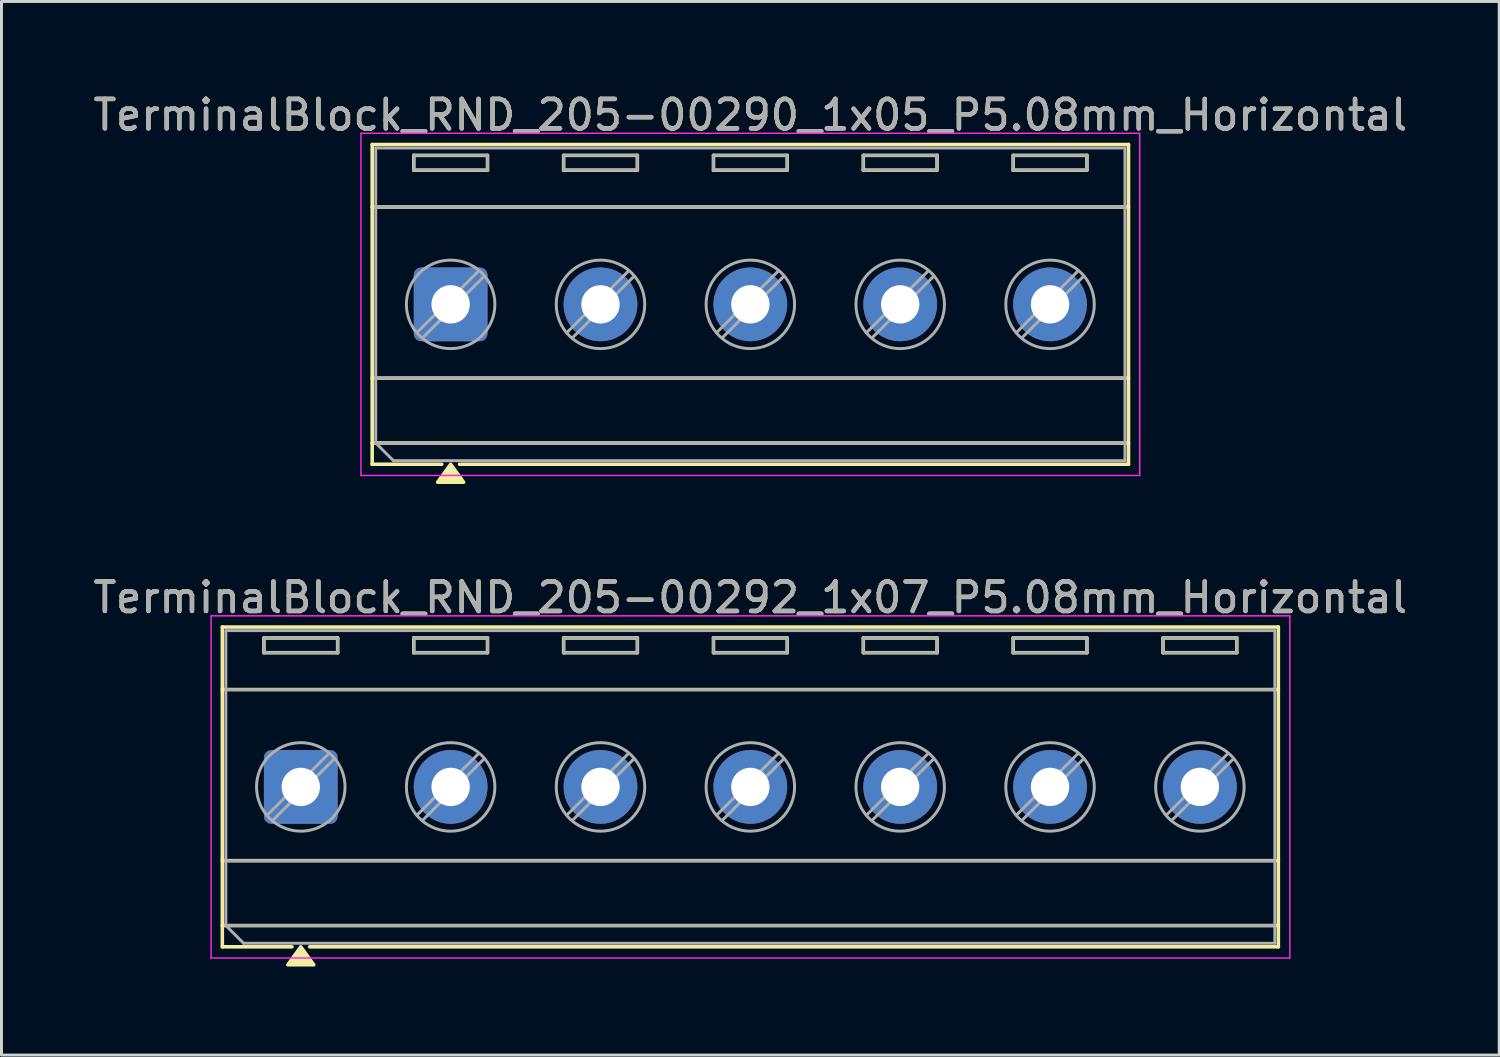
<source format=kicad_pcb>
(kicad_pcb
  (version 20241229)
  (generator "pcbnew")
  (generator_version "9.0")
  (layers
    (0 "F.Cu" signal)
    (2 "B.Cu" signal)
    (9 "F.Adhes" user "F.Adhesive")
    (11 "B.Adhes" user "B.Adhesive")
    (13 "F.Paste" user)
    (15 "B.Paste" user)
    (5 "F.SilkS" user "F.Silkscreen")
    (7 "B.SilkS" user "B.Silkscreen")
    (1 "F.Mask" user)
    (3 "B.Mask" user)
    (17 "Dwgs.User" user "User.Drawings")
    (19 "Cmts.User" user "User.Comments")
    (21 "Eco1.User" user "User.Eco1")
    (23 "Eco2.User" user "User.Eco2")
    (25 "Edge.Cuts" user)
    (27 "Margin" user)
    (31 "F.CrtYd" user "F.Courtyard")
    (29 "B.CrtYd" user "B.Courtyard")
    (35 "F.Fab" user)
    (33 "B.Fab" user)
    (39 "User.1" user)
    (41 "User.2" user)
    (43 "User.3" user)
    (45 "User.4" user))
  (footprint "TerminalBlock_RND_205-00292_1x07_P5.08mm_Horizontal"
    (layer "F.Cu")
    (at 7.147 23.627)
    (property "Reference" "TerminalBlock_RND_205-00292_1x07_P5.08mm_Horizontal" (at 15.24 -6.42 0) (layer "F.SilkS") (effects (font (size 1 1) (thickness 0.15))))
    (attr through_hole)
    (fp_line (start -2.66 -5.42) (end -2.66 5.42) (stroke (width 0.12) (type solid)) (layer "F.SilkS"))
    (fp_line (start -2.66 -5.42) (end 33.14 -5.42) (stroke (width 0.12) (type solid)) (layer "F.SilkS"))
    (fp_line (start -2.66 -3.3) (end 33.14 -3.3) (stroke (width 0.12) (type solid)) (layer "F.SilkS"))
    (fp_line (start -2.66 2.5) (end 33.14 2.5) (stroke (width 0.12) (type solid)) (layer "F.SilkS"))
    (fp_line (start -2.66 4.7) (end 33.14 4.7) (stroke (width 0.12) (type solid)) (layer "F.SilkS"))
    (fp_line (start -2.66 5.42) (end -0.3 5.42) (stroke (width 0.12) (type solid)) (layer "F.SilkS"))
    (fp_line (start -1.25 -5.05) (end -1.25 -4.55) (stroke (width 0.12) (type solid)) (layer "F.SilkS"))
    (fp_line (start -1.25 -5.05) (end 1.25 -5.05) (stroke (width 0.12) (type solid)) (layer "F.SilkS"))
    (fp_line (start -1.25 -4.55) (end 1.25 -4.55) (stroke (width 0.12) (type solid)) (layer "F.SilkS"))
    (fp_line (start 0.3 5.42) (end 33.14 5.42) (stroke (width 0.12) (type solid)) (layer "F.SilkS"))
    (fp_line (start 1.25 -5.05) (end 1.25 -4.55) (stroke (width 0.12) (type solid)) (layer "F.SilkS"))
    (fp_line (start 3.83 -5.05) (end 3.83 -4.55) (stroke (width 0.12) (type solid)) (layer "F.SilkS"))
    (fp_line (start 3.83 -5.05) (end 6.33 -5.05) (stroke (width 0.12) (type solid)) (layer "F.SilkS"))
    (fp_line (start 3.83 -4.55) (end 6.33 -4.55) (stroke (width 0.12) (type solid)) (layer "F.SilkS"))
    (fp_line (start 6.33 -5.05) (end 6.33 -4.55) (stroke (width 0.12) (type solid)) (layer "F.SilkS"))
    (fp_line (start 8.91 -5.05) (end 8.91 -4.55) (stroke (width 0.12) (type solid)) (layer "F.SilkS"))
    (fp_line (start 8.91 -5.05) (end 11.41 -5.05) (stroke (width 0.12) (type solid)) (layer "F.SilkS"))
    (fp_line (start 8.91 -4.55) (end 11.41 -4.55) (stroke (width 0.12) (type solid)) (layer "F.SilkS"))
    (fp_line (start 11.41 -5.05) (end 11.41 -4.55) (stroke (width 0.12) (type solid)) (layer "F.SilkS"))
    (fp_line (start 13.99 -5.05) (end 13.99 -4.55) (stroke (width 0.12) (type solid)) (layer "F.SilkS"))
    (fp_line (start 13.99 -5.05) (end 16.49 -5.05) (stroke (width 0.12) (type solid)) (layer "F.SilkS"))
    (fp_line (start 13.99 -4.55) (end 16.49 -4.55) (stroke (width 0.12) (type solid)) (layer "F.SilkS"))
    (fp_line (start 16.49 -5.05) (end 16.49 -4.55) (stroke (width 0.12) (type solid)) (layer "F.SilkS"))
    (fp_line (start 19.07 -5.05) (end 19.07 -4.55) (stroke (width 0.12) (type solid)) (layer "F.SilkS"))
    (fp_line (start 19.07 -5.05) (end 21.57 -5.05) (stroke (width 0.12) (type solid)) (layer "F.SilkS"))
    (fp_line (start 19.07 -4.55) (end 21.57 -4.55) (stroke (width 0.12) (type solid)) (layer "F.SilkS"))
    (fp_line (start 21.57 -5.05) (end 21.57 -4.55) (stroke (width 0.12) (type solid)) (layer "F.SilkS"))
    (fp_line (start 24.15 -5.05) (end 24.15 -4.55) (stroke (width 0.12) (type solid)) (layer "F.SilkS"))
    (fp_line (start 24.15 -5.05) (end 26.65 -5.05) (stroke (width 0.12) (type solid)) (layer "F.SilkS"))
    (fp_line (start 24.15 -4.55) (end 26.65 -4.55) (stroke (width 0.12) (type solid)) (layer "F.SilkS"))
    (fp_line (start 26.65 -5.05) (end 26.65 -4.55) (stroke (width 0.12) (type solid)) (layer "F.SilkS"))
    (fp_line (start 29.23 -5.05) (end 29.23 -4.55) (stroke (width 0.12) (type solid)) (layer "F.SilkS"))
    (fp_line (start 29.23 -5.05) (end 31.73 -5.05) (stroke (width 0.12) (type solid)) (layer "F.SilkS"))
    (fp_line (start 29.23 -4.55) (end 31.73 -4.55) (stroke (width 0.12) (type solid)) (layer "F.SilkS"))
    (fp_line (start 31.73 -5.05) (end 31.73 -4.55) (stroke (width 0.12) (type solid)) (layer "F.SilkS"))
    (fp_line (start 33.14 -5.42) (end 33.14 5.42) (stroke (width 0.12) (type solid)) (layer "F.SilkS"))
    (fp_poly (pts (xy 0 5.42) (xy 0.44 6.03) (xy -0.44 6.03)) (stroke (width 0.12) (type solid)) (fill yes) (layer "F.SilkS"))
    (fp_line (start -3.04 -5.8) (end -3.04 5.8) (stroke (width 0.05) (type solid)) (layer "F.CrtYd"))
    (fp_line (start -3.04 5.8) (end 33.53 5.8) (stroke (width 0.05) (type solid)) (layer "F.CrtYd"))
    (fp_line (start 33.53 -5.8) (end -3.04 -5.8) (stroke (width 0.05) (type solid)) (layer "F.CrtYd"))
    (fp_line (start 33.53 5.8) (end 33.53 -5.8) (stroke (width 0.05) (type solid)) (layer "F.CrtYd"))
    (fp_line (start -2.54 -5.3) (end 33.02 -5.3) (stroke (width 0.1) (type solid)) (layer "F.Fab"))
    (fp_line (start -2.54 -3.3) (end 33.02 -3.3) (stroke (width 0.1) (type solid)) (layer "F.Fab"))
    (fp_line (start -2.54 2.5) (end 33.02 2.5) (stroke (width 0.1) (type solid)) (layer "F.Fab"))
    (fp_line (start -2.54 4.7) (end -2.54 -5.3) (stroke (width 0.1) (type solid)) (layer "F.Fab"))
    (fp_line (start -2.54 4.7) (end 33.02 4.7) (stroke (width 0.1) (type solid)) (layer "F.Fab"))
    (fp_line (start -1.94 5.3) (end -2.54 4.7) (stroke (width 0.1) (type solid)) (layer "F.Fab"))
    (fp_line (start -1.25 -5.05) (end -1.25 -4.55) (stroke (width 0.1) (type solid)) (layer "F.Fab"))
    (fp_line (start -1.25 -4.55) (end 1.25 -4.55) (stroke (width 0.1) (type solid)) (layer "F.Fab"))
    (fp_line (start 0.955 -1.138) (end -1.138 0.954) (stroke (width 0.1) (type solid)) (layer "F.Fab"))
    (fp_line (start 1.138 -0.954) (end -0.955 1.137) (stroke (width 0.1) (type solid)) (layer "F.Fab"))
    (fp_line (start 1.25 -5.05) (end -1.25 -5.05) (stroke (width 0.1) (type solid)) (layer "F.Fab"))
    (fp_line (start 1.25 -4.55) (end 1.25 -5.05) (stroke (width 0.1) (type solid)) (layer "F.Fab"))
    (fp_line (start 3.83 -5.05) (end 3.83 -4.55) (stroke (width 0.1) (type solid)) (layer "F.Fab"))
    (fp_line (start 3.83 -4.55) (end 6.33 -4.55) (stroke (width 0.1) (type solid)) (layer "F.Fab"))
    (fp_line (start 6.035 -1.138) (end 3.942 0.954) (stroke (width 0.1) (type solid)) (layer "F.Fab"))
    (fp_line (start 6.218 -0.954) (end 4.125 1.137) (stroke (width 0.1) (type solid)) (layer "F.Fab"))
    (fp_line (start 6.33 -5.05) (end 3.83 -5.05) (stroke (width 0.1) (type solid)) (layer "F.Fab"))
    (fp_line (start 6.33 -4.55) (end 6.33 -5.05) (stroke (width 0.1) (type solid)) (layer "F.Fab"))
    (fp_line (start 8.91 -5.05) (end 8.91 -4.55) (stroke (width 0.1) (type solid)) (layer "F.Fab"))
    (fp_line (start 8.91 -4.55) (end 11.41 -4.55) (stroke (width 0.1) (type solid)) (layer "F.Fab"))
    (fp_line (start 11.115 -1.138) (end 9.022 0.954) (stroke (width 0.1) (type solid)) (layer "F.Fab"))
    (fp_line (start 11.298 -0.954) (end 9.205 1.137) (stroke (width 0.1) (type solid)) (layer "F.Fab"))
    (fp_line (start 11.41 -5.05) (end 8.91 -5.05) (stroke (width 0.1) (type solid)) (layer "F.Fab"))
    (fp_line (start 11.41 -4.55) (end 11.41 -5.05) (stroke (width 0.1) (type solid)) (layer "F.Fab"))
    (fp_line (start 13.99 -5.05) (end 13.99 -4.55) (stroke (width 0.1) (type solid)) (layer "F.Fab"))
    (fp_line (start 13.99 -4.55) (end 16.49 -4.55) (stroke (width 0.1) (type solid)) (layer "F.Fab"))
    (fp_line (start 16.195 -1.138) (end 14.102 0.954) (stroke (width 0.1) (type solid)) (layer "F.Fab"))
    (fp_line (start 16.378 -0.954) (end 14.285 1.137) (stroke (width 0.1) (type solid)) (layer "F.Fab"))
    (fp_line (start 16.49 -5.05) (end 13.99 -5.05) (stroke (width 0.1) (type solid)) (layer "F.Fab"))
    (fp_line (start 16.49 -4.55) (end 16.49 -5.05) (stroke (width 0.1) (type solid)) (layer "F.Fab"))
    (fp_line (start 19.07 -5.05) (end 19.07 -4.55) (stroke (width 0.1) (type solid)) (layer "F.Fab"))
    (fp_line (start 19.07 -4.55) (end 21.57 -4.55) (stroke (width 0.1) (type solid)) (layer "F.Fab"))
    (fp_line (start 21.275 -1.138) (end 19.182 0.954) (stroke (width 0.1) (type solid)) (layer "F.Fab"))
    (fp_line (start 21.458 -0.954) (end 19.365 1.137) (stroke (width 0.1) (type solid)) (layer "F.Fab"))
    (fp_line (start 21.57 -5.05) (end 19.07 -5.05) (stroke (width 0.1) (type solid)) (layer "F.Fab"))
    (fp_line (start 21.57 -4.55) (end 21.57 -5.05) (stroke (width 0.1) (type solid)) (layer "F.Fab"))
    (fp_line (start 24.15 -5.05) (end 24.15 -4.55) (stroke (width 0.1) (type solid)) (layer "F.Fab"))
    (fp_line (start 24.15 -4.55) (end 26.65 -4.55) (stroke (width 0.1) (type solid)) (layer "F.Fab"))
    (fp_line (start 26.355 -1.138) (end 24.262 0.954) (stroke (width 0.1) (type solid)) (layer "F.Fab"))
    (fp_line (start 26.538 -0.954) (end 24.445 1.137) (stroke (width 0.1) (type solid)) (layer "F.Fab"))
    (fp_line (start 26.65 -5.05) (end 24.15 -5.05) (stroke (width 0.1) (type solid)) (layer "F.Fab"))
    (fp_line (start 26.65 -4.55) (end 26.65 -5.05) (stroke (width 0.1) (type solid)) (layer "F.Fab"))
    (fp_line (start 29.23 -5.05) (end 29.23 -4.55) (stroke (width 0.1) (type solid)) (layer "F.Fab"))
    (fp_line (start 29.23 -4.55) (end 31.73 -4.55) (stroke (width 0.1) (type solid)) (layer "F.Fab"))
    (fp_line (start 31.435 -1.138) (end 29.342 0.954) (stroke (width 0.1) (type solid)) (layer "F.Fab"))
    (fp_line (start 31.618 -0.954) (end 29.525 1.137) (stroke (width 0.1) (type solid)) (layer "F.Fab"))
    (fp_line (start 31.73 -5.05) (end 29.23 -5.05) (stroke (width 0.1) (type solid)) (layer "F.Fab"))
    (fp_line (start 31.73 -4.55) (end 31.73 -5.05) (stroke (width 0.1) (type solid)) (layer "F.Fab"))
    (fp_line (start 33.02 -5.3) (end 33.02 5.3) (stroke (width 0.1) (type solid)) (layer "F.Fab"))
    (fp_line (start 33.02 5.3) (end -1.94 5.3) (stroke (width 0.1) (type solid)) (layer "F.Fab"))
    (fp_circle (center 0 0) (end 1.5 0) (stroke (width 0.1) (type solid)) (fill no) (layer "F.Fab"))
    (fp_circle (center 5.08 0) (end 6.58 0) (stroke (width 0.1) (type solid)) (fill no) (layer "F.Fab"))
    (fp_circle (center 10.16 0) (end 11.66 0) (stroke (width 0.1) (type solid)) (fill no) (layer "F.Fab"))
    (fp_circle (center 15.24 0) (end 16.74 0) (stroke (width 0.1) (type solid)) (fill no) (layer "F.Fab"))
    (fp_circle (center 20.32 0) (end 21.82 0) (stroke (width 0.1) (type solid)) (fill no) (layer "F.Fab"))
    (fp_circle (center 25.4 0) (end 26.9 0) (stroke (width 0.1) (type solid)) (fill no) (layer "F.Fab"))
    (fp_circle (center 30.48 0) (end 31.98 0) (stroke (width 0.1) (type solid)) (fill no) (layer "F.Fab"))
    (fp_text user "${REFERENCE}" (at 15.24 -6.42 0) (layer "F.Fab") (effects (font (size 1 1) (thickness 0.15))))
    (pad "1" thru_hole roundrect (at 0 0) (size 2.5 2.5) (drill 1.3) (layers "*.Cu" "*.Mask") (roundrect_rratio 0.1))
    (pad "2" thru_hole circle (at 5.08 0) (size 2.5 2.5) (drill 1.3) (layers "*.Cu" "*.Mask"))
    (pad "3" thru_hole circle (at 10.16 0) (size 2.5 2.5) (drill 1.3) (layers "*.Cu" "*.Mask"))
    (pad "4" thru_hole circle (at 15.24 0) (size 2.5 2.5) (drill 1.3) (layers "*.Cu" "*.Mask"))
    (pad "5" thru_hole circle (at 20.32 0) (size 2.5 2.5) (drill 1.3) (layers "*.Cu" "*.Mask"))
    (pad "6" thru_hole circle (at 25.4 0) (size 2.5 2.5) (drill 1.3) (layers "*.Cu" "*.Mask"))
    (pad "7" thru_hole circle (at 30.48 0) (size 2.5 2.5) (drill 1.3) (layers "*.Cu" "*.Mask")))
  (footprint "TerminalBlock_RND_205-00290_1x05_P5.08mm_Horizontal"
    (layer "F.Cu")
    (at 12.227 7.268)
    (property "Reference" "TerminalBlock_RND_205-00290_1x05_P5.08mm_Horizontal" (at 10.16 -6.42 0) (layer "F.SilkS") (effects (font (size 1 1) (thickness 0.15))))
    (attr through_hole)
    (fp_line (start -2.66 -5.42) (end -2.66 5.42) (stroke (width 0.12) (type solid)) (layer "F.SilkS"))
    (fp_line (start -2.66 -5.42) (end 22.98 -5.42) (stroke (width 0.12) (type solid)) (layer "F.SilkS"))
    (fp_line (start -2.66 -3.3) (end 22.98 -3.3) (stroke (width 0.12) (type solid)) (layer "F.SilkS"))
    (fp_line (start -2.66 2.5) (end 22.98 2.5) (stroke (width 0.12) (type solid)) (layer "F.SilkS"))
    (fp_line (start -2.66 4.7) (end 22.98 4.7) (stroke (width 0.12) (type solid)) (layer "F.SilkS"))
    (fp_line (start -2.66 5.42) (end -0.3 5.42) (stroke (width 0.12) (type solid)) (layer "F.SilkS"))
    (fp_line (start -1.25 -5.05) (end -1.25 -4.55) (stroke (width 0.12) (type solid)) (layer "F.SilkS"))
    (fp_line (start -1.25 -5.05) (end 1.25 -5.05) (stroke (width 0.12) (type solid)) (layer "F.SilkS"))
    (fp_line (start -1.25 -4.55) (end 1.25 -4.55) (stroke (width 0.12) (type solid)) (layer "F.SilkS"))
    (fp_line (start 0.3 5.42) (end 22.98 5.42) (stroke (width 0.12) (type solid)) (layer "F.SilkS"))
    (fp_line (start 1.25 -5.05) (end 1.25 -4.55) (stroke (width 0.12) (type solid)) (layer "F.SilkS"))
    (fp_line (start 3.83 -5.05) (end 3.83 -4.55) (stroke (width 0.12) (type solid)) (layer "F.SilkS"))
    (fp_line (start 3.83 -5.05) (end 6.33 -5.05) (stroke (width 0.12) (type solid)) (layer "F.SilkS"))
    (fp_line (start 3.83 -4.55) (end 6.33 -4.55) (stroke (width 0.12) (type solid)) (layer "F.SilkS"))
    (fp_line (start 6.33 -5.05) (end 6.33 -4.55) (stroke (width 0.12) (type solid)) (layer "F.SilkS"))
    (fp_line (start 8.91 -5.05) (end 8.91 -4.55) (stroke (width 0.12) (type solid)) (layer "F.SilkS"))
    (fp_line (start 8.91 -5.05) (end 11.41 -5.05) (stroke (width 0.12) (type solid)) (layer "F.SilkS"))
    (fp_line (start 8.91 -4.55) (end 11.41 -4.55) (stroke (width 0.12) (type solid)) (layer "F.SilkS"))
    (fp_line (start 11.41 -5.05) (end 11.41 -4.55) (stroke (width 0.12) (type solid)) (layer "F.SilkS"))
    (fp_line (start 13.99 -5.05) (end 13.99 -4.55) (stroke (width 0.12) (type solid)) (layer "F.SilkS"))
    (fp_line (start 13.99 -5.05) (end 16.49 -5.05) (stroke (width 0.12) (type solid)) (layer "F.SilkS"))
    (fp_line (start 13.99 -4.55) (end 16.49 -4.55) (stroke (width 0.12) (type solid)) (layer "F.SilkS"))
    (fp_line (start 16.49 -5.05) (end 16.49 -4.55) (stroke (width 0.12) (type solid)) (layer "F.SilkS"))
    (fp_line (start 19.07 -5.05) (end 19.07 -4.55) (stroke (width 0.12) (type solid)) (layer "F.SilkS"))
    (fp_line (start 19.07 -5.05) (end 21.57 -5.05) (stroke (width 0.12) (type solid)) (layer "F.SilkS"))
    (fp_line (start 19.07 -4.55) (end 21.57 -4.55) (stroke (width 0.12) (type solid)) (layer "F.SilkS"))
    (fp_line (start 21.57 -5.05) (end 21.57 -4.55) (stroke (width 0.12) (type solid)) (layer "F.SilkS"))
    (fp_line (start 22.98 -5.42) (end 22.98 5.42) (stroke (width 0.12) (type solid)) (layer "F.SilkS"))
    (fp_poly (pts (xy 0 5.42) (xy 0.44 6.03) (xy -0.44 6.03)) (stroke (width 0.12) (type solid)) (fill yes) (layer "F.SilkS"))
    (fp_line (start -3.04 -5.8) (end -3.04 5.8) (stroke (width 0.05) (type solid)) (layer "F.CrtYd"))
    (fp_line (start -3.04 5.8) (end 23.36 5.8) (stroke (width 0.05) (type solid)) (layer "F.CrtYd"))
    (fp_line (start 23.36 -5.8) (end -3.04 -5.8) (stroke (width 0.05) (type solid)) (layer "F.CrtYd"))
    (fp_line (start 23.36 5.8) (end 23.36 -5.8) (stroke (width 0.05) (type solid)) (layer "F.CrtYd"))
    (fp_line (start -2.54 -5.3) (end 22.86 -5.3) (stroke (width 0.1) (type solid)) (layer "F.Fab"))
    (fp_line (start -2.54 -3.3) (end 22.86 -3.3) (stroke (width 0.1) (type solid)) (layer "F.Fab"))
    (fp_line (start -2.54 2.5) (end 22.86 2.5) (stroke (width 0.1) (type solid)) (layer "F.Fab"))
    (fp_line (start -2.54 4.7) (end -2.54 -5.3) (stroke (width 0.1) (type solid)) (layer "F.Fab"))
    (fp_line (start -2.54 4.7) (end 22.86 4.7) (stroke (width 0.1) (type solid)) (layer "F.Fab"))
    (fp_line (start -1.94 5.3) (end -2.54 4.7) (stroke (width 0.1) (type solid)) (layer "F.Fab"))
    (fp_line (start -1.25 -5.05) (end -1.25 -4.55) (stroke (width 0.1) (type solid)) (layer "F.Fab"))
    (fp_line (start -1.25 -4.55) (end 1.25 -4.55) (stroke (width 0.1) (type solid)) (layer "F.Fab"))
    (fp_line (start 0.955 -1.138) (end -1.138 0.954) (stroke (width 0.1) (type solid)) (layer "F.Fab"))
    (fp_line (start 1.138 -0.954) (end -0.955 1.137) (stroke (width 0.1) (type solid)) (layer "F.Fab"))
    (fp_line (start 1.25 -5.05) (end -1.25 -5.05) (stroke (width 0.1) (type solid)) (layer "F.Fab"))
    (fp_line (start 1.25 -4.55) (end 1.25 -5.05) (stroke (width 0.1) (type solid)) (layer "F.Fab"))
    (fp_line (start 3.83 -5.05) (end 3.83 -4.55) (stroke (width 0.1) (type solid)) (layer "F.Fab"))
    (fp_line (start 3.83 -4.55) (end 6.33 -4.55) (stroke (width 0.1) (type solid)) (layer "F.Fab"))
    (fp_line (start 6.035 -1.138) (end 3.942 0.954) (stroke (width 0.1) (type solid)) (layer "F.Fab"))
    (fp_line (start 6.218 -0.954) (end 4.125 1.137) (stroke (width 0.1) (type solid)) (layer "F.Fab"))
    (fp_line (start 6.33 -5.05) (end 3.83 -5.05) (stroke (width 0.1) (type solid)) (layer "F.Fab"))
    (fp_line (start 6.33 -4.55) (end 6.33 -5.05) (stroke (width 0.1) (type solid)) (layer "F.Fab"))
    (fp_line (start 8.91 -5.05) (end 8.91 -4.55) (stroke (width 0.1) (type solid)) (layer "F.Fab"))
    (fp_line (start 8.91 -4.55) (end 11.41 -4.55) (stroke (width 0.1) (type solid)) (layer "F.Fab"))
    (fp_line (start 11.115 -1.138) (end 9.022 0.954) (stroke (width 0.1) (type solid)) (layer "F.Fab"))
    (fp_line (start 11.298 -0.954) (end 9.205 1.137) (stroke (width 0.1) (type solid)) (layer "F.Fab"))
    (fp_line (start 11.41 -5.05) (end 8.91 -5.05) (stroke (width 0.1) (type solid)) (layer "F.Fab"))
    (fp_line (start 11.41 -4.55) (end 11.41 -5.05) (stroke (width 0.1) (type solid)) (layer "F.Fab"))
    (fp_line (start 13.99 -5.05) (end 13.99 -4.55) (stroke (width 0.1) (type solid)) (layer "F.Fab"))
    (fp_line (start 13.99 -4.55) (end 16.49 -4.55) (stroke (width 0.1) (type solid)) (layer "F.Fab"))
    (fp_line (start 16.195 -1.138) (end 14.102 0.954) (stroke (width 0.1) (type solid)) (layer "F.Fab"))
    (fp_line (start 16.378 -0.954) (end 14.285 1.137) (stroke (width 0.1) (type solid)) (layer "F.Fab"))
    (fp_line (start 16.49 -5.05) (end 13.99 -5.05) (stroke (width 0.1) (type solid)) (layer "F.Fab"))
    (fp_line (start 16.49 -4.55) (end 16.49 -5.05) (stroke (width 0.1) (type solid)) (layer "F.Fab"))
    (fp_line (start 19.07 -5.05) (end 19.07 -4.55) (stroke (width 0.1) (type solid)) (layer "F.Fab"))
    (fp_line (start 19.07 -4.55) (end 21.57 -4.55) (stroke (width 0.1) (type solid)) (layer "F.Fab"))
    (fp_line (start 21.275 -1.138) (end 19.182 0.954) (stroke (width 0.1) (type solid)) (layer "F.Fab"))
    (fp_line (start 21.458 -0.954) (end 19.365 1.137) (stroke (width 0.1) (type solid)) (layer "F.Fab"))
    (fp_line (start 21.57 -5.05) (end 19.07 -5.05) (stroke (width 0.1) (type solid)) (layer "F.Fab"))
    (fp_line (start 21.57 -4.55) (end 21.57 -5.05) (stroke (width 0.1) (type solid)) (layer "F.Fab"))
    (fp_line (start 22.86 -5.3) (end 22.86 5.3) (stroke (width 0.1) (type solid)) (layer "F.Fab"))
    (fp_line (start 22.86 5.3) (end -1.94 5.3) (stroke (width 0.1) (type solid)) (layer "F.Fab"))
    (fp_circle (center 0 0) (end 1.5 0) (stroke (width 0.1) (type solid)) (fill no) (layer "F.Fab"))
    (fp_circle (center 5.08 0) (end 6.58 0) (stroke (width 0.1) (type solid)) (fill no) (layer "F.Fab"))
    (fp_circle (center 10.16 0) (end 11.66 0) (stroke (width 0.1) (type solid)) (fill no) (layer "F.Fab"))
    (fp_circle (center 15.24 0) (end 16.74 0) (stroke (width 0.1) (type solid)) (fill no) (layer "F.Fab"))
    (fp_circle (center 20.32 0) (end 21.82 0) (stroke (width 0.1) (type solid)) (fill no) (layer "F.Fab"))
    (fp_text user "${REFERENCE}" (at 10.16 -6.42 0) (layer "F.Fab") (effects (font (size 1 1) (thickness 0.15))))
    (pad "1" thru_hole roundrect (at 0 0) (size 2.5 2.5) (drill 1.3) (layers "*.Cu" "*.Mask") (roundrect_rratio 0.1))
    (pad "2" thru_hole circle (at 5.08 0) (size 2.5 2.5) (drill 1.3) (layers "*.Cu" "*.Mask"))
    (pad "3" thru_hole circle (at 10.16 0) (size 2.5 2.5) (drill 1.3) (layers "*.Cu" "*.Mask"))
    (pad "4" thru_hole circle (at 15.24 0) (size 2.5 2.5) (drill 1.3) (layers "*.Cu" "*.Mask"))
    (pad "5" thru_hole circle (at 20.32 0) (size 2.5 2.5) (drill 1.3) (layers "*.Cu" "*.Mask")))
  (gr_rect
    (start -3 -3)
    (end 47.774 32.717)
    (stroke (width 0.1) (type default))
    (fill no)
    (layer "Edge.Cuts")))
</source>
